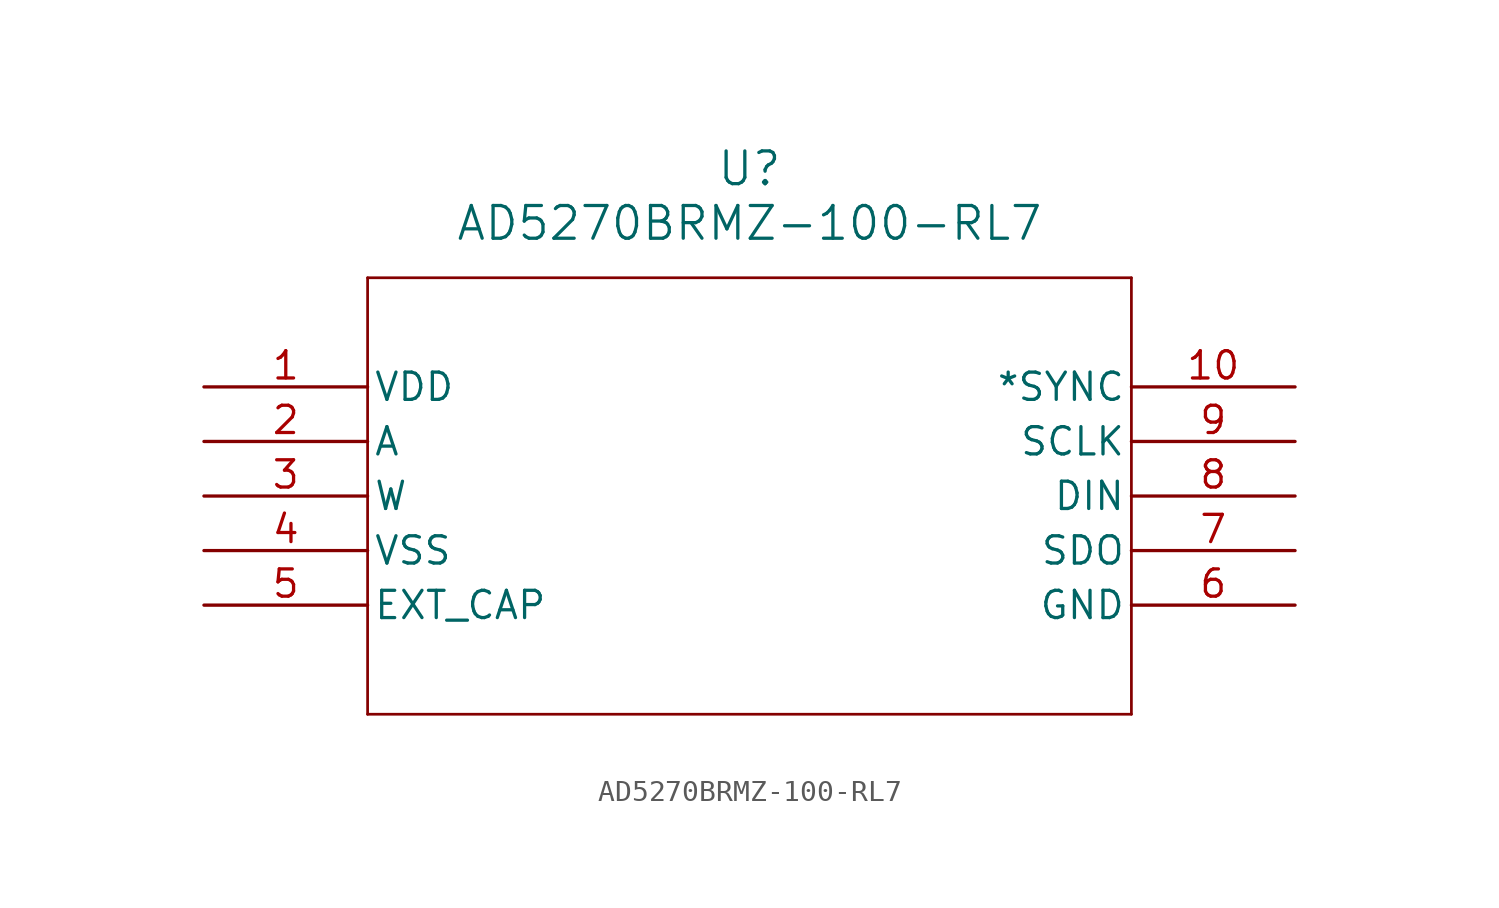
<source format=kicad_sym>
(kicad_symbol_lib
  (version 20211014)
  (generator kicad_symbol_editor)
  (symbol "AD5270BRMZ-100-RL7"
    (pin_names
      (offset 0.254))
    (property "Reference" "U"
      (at 25.4 10.16 0)
      (effects (font (size 1.524 1.524))))
    (property "Value" "AD5270BRMZ-100-RL7"
      (at 25.4 7.62 0)
      (effects (font (size 1.524 1.524))))
    (symbol "AD5270BRMZ-100-RL7_0_1"
      (polyline (pts (xy 7.62 5.08) (xy 7.62 -15.24)) (stroke (width 0.127) (type default) (color 0 0 0 0)) (fill (type none)))
      (polyline (pts (xy 7.62 -15.24) (xy 43.18 -15.24)) (stroke (width 0.127) (type default) (color 0 0 0 0)) (fill (type none)))
      (polyline (pts (xy 43.18 -15.24) (xy 43.18 5.08)) (stroke (width 0.127) (type default) (color 0 0 0 0)) (fill (type none)))
      (polyline (pts (xy 43.18 5.08) (xy 7.62 5.08)) (stroke (width 0.127) (type default) (color 0 0 0 0)) (fill (type none)))
      (pin power_in line (at 0 0 0) (length 7.62) (name "VDD" (effects (font (size 1.27 1.27)))) (number "1" (effects (font (size 1.27 1.27)))))
      (pin unspecified line (at 0 -2.54 0) (length 7.62) (name "A" (effects (font (size 1.27 1.27)))) (number "2" (effects (font (size 1.27 1.27)))))
      (pin unspecified line (at 0 -5.08 0) (length 7.62) (name "W" (effects (font (size 1.27 1.27)))) (number "3" (effects (font (size 1.27 1.27)))))
      (pin power_in line (at 0 -7.62 0) (length 7.62) (name "VSS" (effects (font (size 1.27 1.27)))) (number "4" (effects (font (size 1.27 1.27)))))
      (pin unspecified line (at 0 -10.16 0) (length 7.62) (name "EXT_CAP" (effects (font (size 1.27 1.27)))) (number "5" (effects (font (size 1.27 1.27)))))
      (pin power_in line (at 50.8 -10.16 180) (length 7.62) (name "GND" (effects (font (size 1.27 1.27)))) (number "6" (effects (font (size 1.27 1.27)))))
      (pin output line (at 50.8 -7.62 180) (length 7.62) (name "SDO" (effects (font (size 1.27 1.27)))) (number "7" (effects (font (size 1.27 1.27)))))
      (pin input line (at 50.8 -5.08 180) (length 7.62) (name "DIN" (effects (font (size 1.27 1.27)))) (number "8" (effects (font (size 1.27 1.27)))))
      (pin input line (at 50.8 -2.54 180) (length 7.62) (name "SCLK" (effects (font (size 1.27 1.27)))) (number "9" (effects (font (size 1.27 1.27)))))
      (pin input line (at 50.8 0 180) (length 7.62) (name "*SYNC" (effects (font (size 1.27 1.27)))) (number "10" (effects (font (size 1.27 1.27))))))))
</source>
